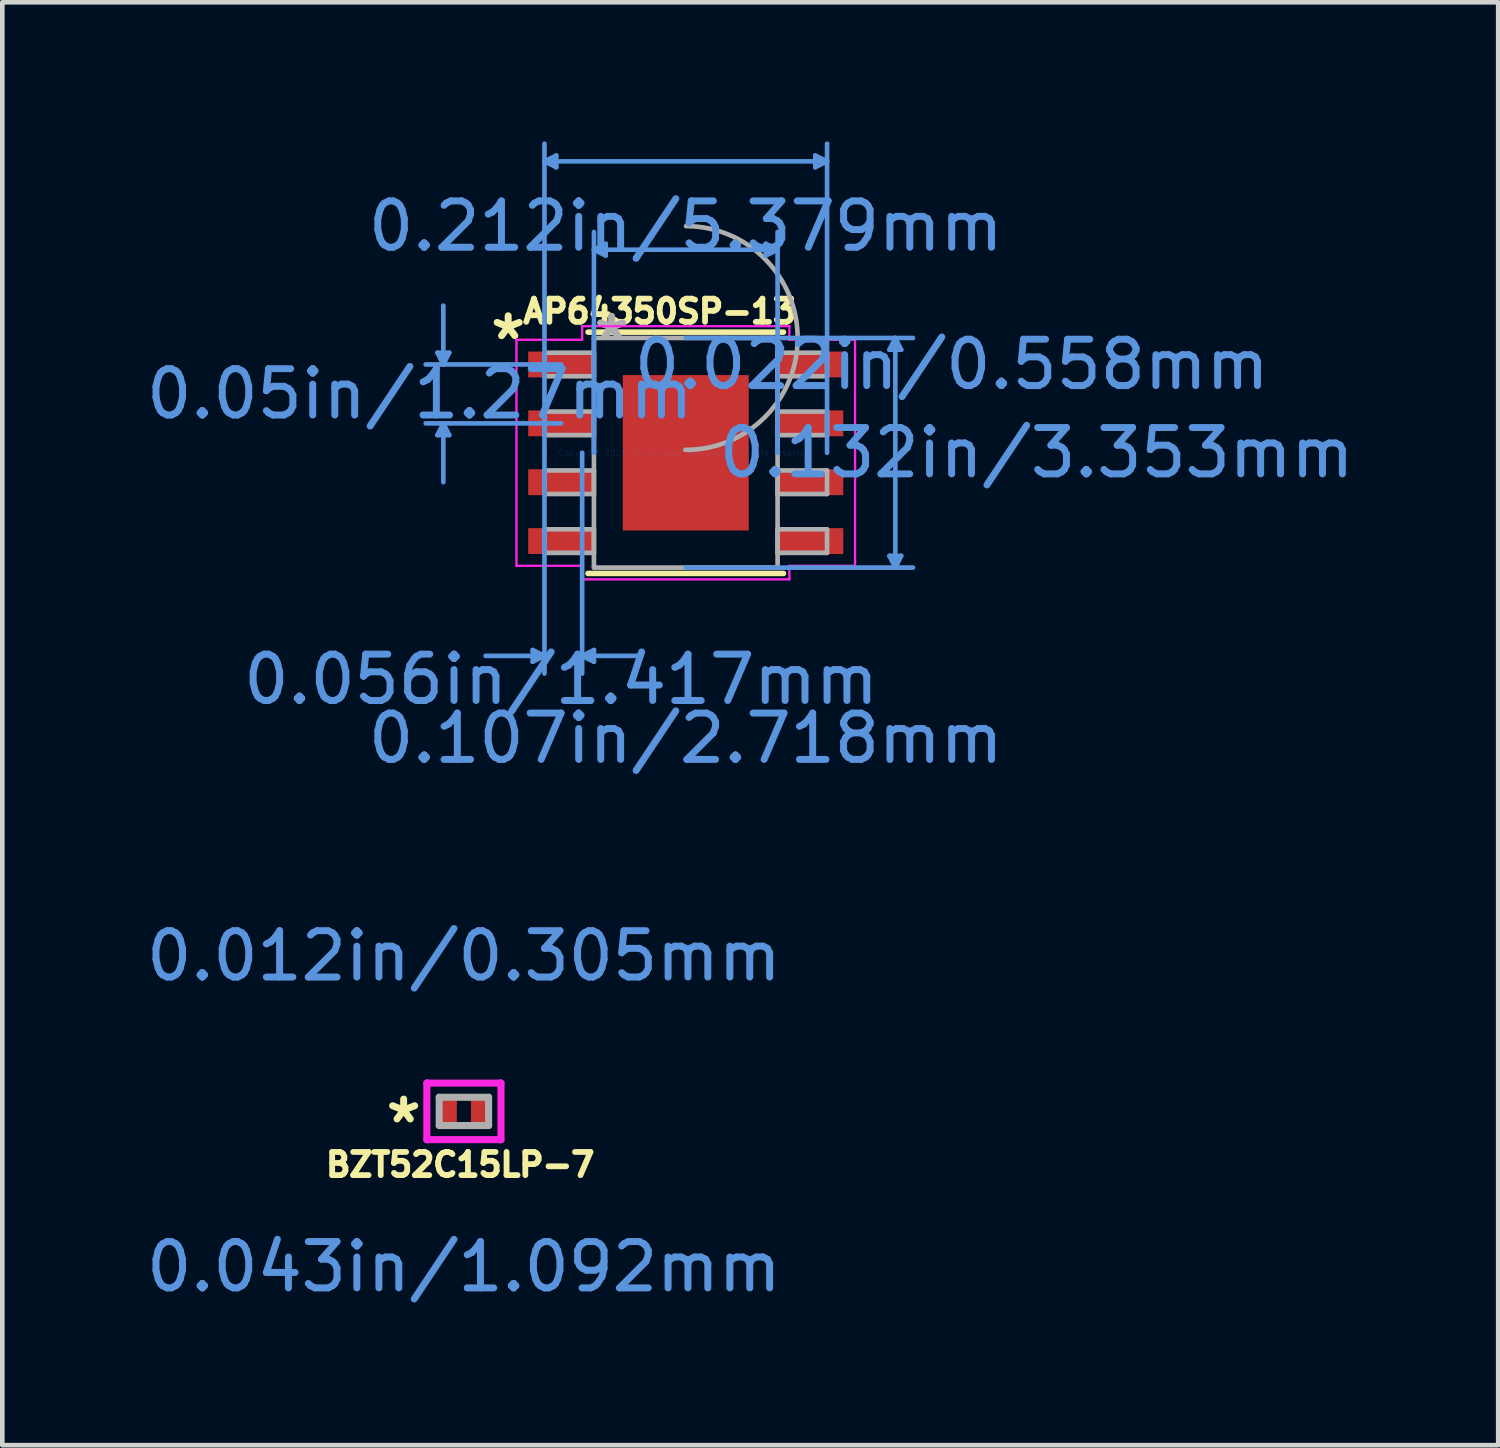
<source format=kicad_pcb>
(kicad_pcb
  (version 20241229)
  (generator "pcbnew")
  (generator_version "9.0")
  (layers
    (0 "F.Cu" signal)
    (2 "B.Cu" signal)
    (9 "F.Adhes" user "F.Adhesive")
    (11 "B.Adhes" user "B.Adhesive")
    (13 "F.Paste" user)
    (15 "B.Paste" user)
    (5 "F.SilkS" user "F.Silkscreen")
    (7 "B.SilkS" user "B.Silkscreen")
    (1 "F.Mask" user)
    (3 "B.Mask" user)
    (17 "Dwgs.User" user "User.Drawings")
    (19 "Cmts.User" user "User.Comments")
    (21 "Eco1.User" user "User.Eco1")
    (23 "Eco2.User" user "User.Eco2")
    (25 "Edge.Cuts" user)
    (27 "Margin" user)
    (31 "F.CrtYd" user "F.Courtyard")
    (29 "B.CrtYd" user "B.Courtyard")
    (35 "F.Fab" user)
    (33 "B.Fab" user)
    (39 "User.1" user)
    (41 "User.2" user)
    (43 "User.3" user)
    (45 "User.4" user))
  (footprint "BZT52C15LP-7"
    (layer "F.Cu")
    (at 6.958 20.926)
    (property "Reference" "BZT52C15LP-7" (at -0.08 1.15 180) (layer "F.SilkS") (effects (font (size 0.5 0.5) (thickness 0.125))))
    (attr smd)
    (fp_line (start -0.8 -0.61) (end -0.787 -0.61) (stroke (width 0.152) (type solid)) (layer "F.CrtYd"))
    (fp_line (start -0.8 0.61) (end -0.8 -0.61) (stroke (width 0.152) (type solid)) (layer "F.CrtYd"))
    (fp_line (start -0.787 -0.61) (end -0.787 -0.61) (stroke (width 0.152) (type solid)) (layer "F.CrtYd"))
    (fp_line (start -0.787 -0.61) (end 0.787 -0.61) (stroke (width 0.152) (type solid)) (layer "F.CrtYd"))
    (fp_line (start -0.787 0.61) (end -0.8 0.61) (stroke (width 0.152) (type solid)) (layer "F.CrtYd"))
    (fp_line (start -0.787 0.61) (end -0.787 0.61) (stroke (width 0.152) (type solid)) (layer "F.CrtYd"))
    (fp_line (start 0.787 -0.61) (end 0.787 -0.61) (stroke (width 0.152) (type solid)) (layer "F.CrtYd"))
    (fp_line (start 0.787 -0.61) (end 0.8 -0.61) (stroke (width 0.152) (type solid)) (layer "F.CrtYd"))
    (fp_line (start 0.787 0.61) (end -0.787 0.61) (stroke (width 0.152) (type solid)) (layer "F.CrtYd"))
    (fp_line (start 0.787 0.61) (end 0.787 0.61) (stroke (width 0.152) (type solid)) (layer "F.CrtYd"))
    (fp_line (start 0.8 -0.61) (end 0.8 0.61) (stroke (width 0.152) (type solid)) (layer "F.CrtYd"))
    (fp_line (start 0.8 0.61) (end 0.787 0.61) (stroke (width 0.152) (type solid)) (layer "F.CrtYd"))
    (fp_line (start -0.533 -0.305) (end -0.533 0.305) (stroke (width 0.152) (type solid)) (layer "F.Fab"))
    (fp_line (start -0.533 0.305) (end 0.533 0.305) (stroke (width 0.152) (type solid)) (layer "F.Fab"))
    (fp_line (start 0.533 -0.305) (end -0.533 -0.305) (stroke (width 0.152) (type solid)) (layer "F.Fab"))
    (fp_line (start 0.533 0.305) (end 0.533 -0.305) (stroke (width 0.152) (type solid)) (layer "F.Fab"))
    (fp_text user "*" (at -1.3 0.28 0) (unlocked yes) (layer "F.SilkS") (effects (font (size 1 1) (thickness 0.15))))
    (fp_text user "0.012in/0.305mm" (at 0 -3.353 180) (layer "Cmts.User") (effects (font (size 1 1) (thickness 0.15))))
    (fp_text user "0.043in/1.092mm" (at 0 3.353 180) (layer "Cmts.User") (effects (font (size 1 1) (thickness 0.15))))
    (pad "1" smd rect (at -0.349 0) (size 0.394 0.711) (layers "F.Cu" "F.Mask" "F.Paste"))
    (pad "2" smd rect (at 0.349 0) (size 0.394 0.711) (layers "F.Cu" "F.Mask" "F.Paste")))
  (footprint "AP64350SP-13"
    (layer "F.Cu")
    (at 11.744 6.718)
    (property "Reference" "AP64350SP-13" (at -0.561 -3.05 0) (layer "F.SilkS") (effects (font (size 0.5 0.5) (thickness 0.125))))
    (attr smd)
    (fp_line (start -2.108 2.603) (end 2.108 2.603) (stroke (width 0.12) (type solid)) (layer "F.SilkS"))
    (fp_line (start 2.108 -2.603) (end -2.108 -2.603) (stroke (width 0.12) (type solid)) (layer "F.SilkS"))
    (fp_poly (pts (xy -1.259 -1.576) (xy -1.259 -0.1) (xy -0.1 -0.1) (xy -0.1 -1.576)) (stroke (width 0.1) (type solid)) (fill yes) (layer "F.Paste"))
    (fp_poly (pts (xy -1.259 0.1) (xy -1.259 1.576) (xy -0.1 1.576) (xy -0.1 0.1)) (stroke (width 0.1) (type solid)) (fill yes) (layer "F.Paste"))
    (fp_poly (pts (xy 0.1 -1.576) (xy 0.1 -0.1) (xy 1.259 -0.1) (xy 1.259 -1.576)) (stroke (width 0.1) (type solid)) (fill yes) (layer "F.Paste"))
    (fp_poly (pts (xy 0.1 0.1) (xy 0.1 1.576) (xy 1.259 1.576) (xy 1.259 0.1)) (stroke (width 0.1) (type solid)) (fill yes) (layer "F.Paste"))
    (fp_line (start -5.357 -2.159) (end -5.103 -2.159) (stroke (width 0.1) (type solid)) (layer "Cmts.User"))
    (fp_line (start -5.357 -0.381) (end -5.103 -0.381) (stroke (width 0.1) (type solid)) (layer "Cmts.User"))
    (fp_line (start -5.23 -1.905) (end -5.357 -2.159) (stroke (width 0.1) (type solid)) (layer "Cmts.User"))
    (fp_line (start -5.23 -1.905) (end -5.23 -3.175) (stroke (width 0.1) (type solid)) (layer "Cmts.User"))
    (fp_line (start -5.23 -1.905) (end -5.103 -2.159) (stroke (width 0.1) (type solid)) (layer "Cmts.User"))
    (fp_line (start -5.23 -0.635) (end -5.357 -0.381) (stroke (width 0.1) (type solid)) (layer "Cmts.User"))
    (fp_line (start -5.23 -0.635) (end -5.23 0.635) (stroke (width 0.1) (type solid)) (layer "Cmts.User"))
    (fp_line (start -5.23 -0.635) (end -5.103 -0.381) (stroke (width 0.1) (type solid)) (layer "Cmts.User"))
    (fp_line (start -3.302 4.255) (end -3.302 4.508) (stroke (width 0.1) (type solid)) (layer "Cmts.User"))
    (fp_line (start -3.048 -6.287) (end -2.794 -6.413) (stroke (width 0.1) (type solid)) (layer "Cmts.User"))
    (fp_line (start -3.048 -6.287) (end -2.794 -6.16) (stroke (width 0.1) (type solid)) (layer "Cmts.User"))
    (fp_line (start -3.048 -6.287) (end 3.048 -6.287) (stroke (width 0.1) (type solid)) (layer "Cmts.User"))
    (fp_line (start -3.048 0) (end -3.048 -6.668) (stroke (width 0.1) (type solid)) (layer "Cmts.User"))
    (fp_line (start -3.048 0) (end -3.048 4.763) (stroke (width 0.1) (type solid)) (layer "Cmts.User"))
    (fp_line (start -3.048 4.381) (end -4.318 4.381) (stroke (width 0.1) (type solid)) (layer "Cmts.User"))
    (fp_line (start -3.048 4.381) (end -3.302 4.255) (stroke (width 0.1) (type solid)) (layer "Cmts.User"))
    (fp_line (start -3.048 4.381) (end -3.302 4.508) (stroke (width 0.1) (type solid)) (layer "Cmts.User"))
    (fp_line (start -2.794 -6.413) (end -2.794 -6.16) (stroke (width 0.1) (type solid)) (layer "Cmts.User"))
    (fp_line (start -2.69 -1.905) (end -5.611 -1.905) (stroke (width 0.1) (type solid)) (layer "Cmts.User"))
    (fp_line (start -2.69 -0.635) (end -5.611 -0.635) (stroke (width 0.1) (type solid)) (layer "Cmts.User"))
    (fp_line (start -2.235 0) (end -2.235 4.763) (stroke (width 0.1) (type solid)) (layer "Cmts.User"))
    (fp_line (start -2.235 4.381) (end -1.981 4.255) (stroke (width 0.1) (type solid)) (layer "Cmts.User"))
    (fp_line (start -2.235 4.381) (end -1.981 4.508) (stroke (width 0.1) (type solid)) (layer "Cmts.User"))
    (fp_line (start -2.235 4.381) (end -0.965 4.381) (stroke (width 0.1) (type solid)) (layer "Cmts.User"))
    (fp_line (start -1.981 -4.381) (end -1.727 -4.508) (stroke (width 0.1) (type solid)) (layer "Cmts.User"))
    (fp_line (start -1.981 -4.381) (end -1.727 -4.255) (stroke (width 0.1) (type solid)) (layer "Cmts.User"))
    (fp_line (start -1.981 -4.381) (end 1.981 -4.381) (stroke (width 0.1) (type solid)) (layer "Cmts.User"))
    (fp_line (start -1.981 0) (end -1.981 -4.763) (stroke (width 0.1) (type solid)) (layer "Cmts.User"))
    (fp_line (start -1.981 4.255) (end -1.981 4.508) (stroke (width 0.1) (type solid)) (layer "Cmts.User"))
    (fp_line (start -1.727 -4.508) (end -1.727 -4.255) (stroke (width 0.1) (type solid)) (layer "Cmts.User"))
    (fp_line (start 0 -2.477) (end 4.902 -2.477) (stroke (width 0.1) (type solid)) (layer "Cmts.User"))
    (fp_line (start 0 2.477) (end 4.902 2.477) (stroke (width 0.1) (type solid)) (layer "Cmts.User"))
    (fp_line (start 1.727 -4.508) (end 1.727 -4.255) (stroke (width 0.1) (type solid)) (layer "Cmts.User"))
    (fp_line (start 1.981 -4.381) (end 1.727 -4.508) (stroke (width 0.1) (type solid)) (layer "Cmts.User"))
    (fp_line (start 1.981 -4.381) (end 1.727 -4.255) (stroke (width 0.1) (type solid)) (layer "Cmts.User"))
    (fp_line (start 1.981 0) (end 1.981 -4.763) (stroke (width 0.1) (type solid)) (layer "Cmts.User"))
    (fp_line (start 2.794 -6.413) (end 2.794 -6.16) (stroke (width 0.1) (type solid)) (layer "Cmts.User"))
    (fp_line (start 3.048 -6.287) (end 2.794 -6.413) (stroke (width 0.1) (type solid)) (layer "Cmts.User"))
    (fp_line (start 3.048 -6.287) (end 2.794 -6.16) (stroke (width 0.1) (type solid)) (layer "Cmts.User"))
    (fp_line (start 3.048 0) (end 3.048 -6.668) (stroke (width 0.1) (type solid)) (layer "Cmts.User"))
    (fp_line (start 4.394 -2.223) (end 4.648 -2.223) (stroke (width 0.1) (type solid)) (layer "Cmts.User"))
    (fp_line (start 4.394 2.223) (end 4.648 2.223) (stroke (width 0.1) (type solid)) (layer "Cmts.User"))
    (fp_line (start 4.521 -2.477) (end 4.394 -2.223) (stroke (width 0.1) (type solid)) (layer "Cmts.User"))
    (fp_line (start 4.521 -2.477) (end 4.521 2.477) (stroke (width 0.1) (type solid)) (layer "Cmts.User"))
    (fp_line (start 4.521 -2.477) (end 4.648 -2.223) (stroke (width 0.1) (type solid)) (layer "Cmts.User"))
    (fp_line (start 4.521 2.477) (end 4.394 2.223) (stroke (width 0.1) (type solid)) (layer "Cmts.User"))
    (fp_line (start 4.521 2.477) (end 4.648 2.223) (stroke (width 0.1) (type solid)) (layer "Cmts.User"))
    (fp_line (start -3.652 -2.438) (end -2.235 -2.438) (stroke (width 0.05) (type solid)) (layer "F.CrtYd"))
    (fp_line (start -3.652 2.438) (end -3.652 -2.438) (stroke (width 0.05) (type solid)) (layer "F.CrtYd"))
    (fp_line (start -3.652 2.438) (end -2.235 2.438) (stroke (width 0.05) (type solid)) (layer "F.CrtYd"))
    (fp_line (start -2.235 -2.731) (end 2.235 -2.731) (stroke (width 0.05) (type solid)) (layer "F.CrtYd"))
    (fp_line (start -2.235 -2.438) (end -2.235 -2.731) (stroke (width 0.05) (type solid)) (layer "F.CrtYd"))
    (fp_line (start -2.235 2.731) (end -2.235 2.438) (stroke (width 0.05) (type solid)) (layer "F.CrtYd"))
    (fp_line (start 2.235 -2.731) (end 2.235 -2.438) (stroke (width 0.05) (type solid)) (layer "F.CrtYd"))
    (fp_line (start 2.235 -2.438) (end 3.652 -2.438) (stroke (width 0.05) (type solid)) (layer "F.CrtYd"))
    (fp_line (start 2.235 2.438) (end 2.235 2.731) (stroke (width 0.05) (type solid)) (layer "F.CrtYd"))
    (fp_line (start 2.235 2.731) (end -2.235 2.731) (stroke (width 0.05) (type solid)) (layer "F.CrtYd"))
    (fp_line (start 3.652 -2.438) (end 3.652 2.438) (stroke (width 0.05) (type solid)) (layer "F.CrtYd"))
    (fp_line (start 3.652 2.438) (end 2.235 2.438) (stroke (width 0.05) (type solid)) (layer "F.CrtYd"))
    (fp_line (start -3.048 -2.159) (end -3.048 -1.651) (stroke (width 0.1) (type solid)) (layer "F.Fab"))
    (fp_line (start -3.048 -1.651) (end -1.981 -1.651) (stroke (width 0.1) (type solid)) (layer "F.Fab"))
    (fp_line (start -3.048 -0.889) (end -3.048 -0.381) (stroke (width 0.1) (type solid)) (layer "F.Fab"))
    (fp_line (start -3.048 -0.381) (end -1.981 -0.381) (stroke (width 0.1) (type solid)) (layer "F.Fab"))
    (fp_line (start -3.048 0.381) (end -3.048 0.889) (stroke (width 0.1) (type solid)) (layer "F.Fab"))
    (fp_line (start -3.048 0.889) (end -1.981 0.889) (stroke (width 0.1) (type solid)) (layer "F.Fab"))
    (fp_line (start -3.048 1.651) (end -3.048 2.159) (stroke (width 0.1) (type solid)) (layer "F.Fab"))
    (fp_line (start -3.048 2.159) (end -1.981 2.159) (stroke (width 0.1) (type solid)) (layer "F.Fab"))
    (fp_line (start -1.981 -2.477) (end -1.981 2.477) (stroke (width 0.1) (type solid)) (layer "F.Fab"))
    (fp_line (start -1.981 -2.159) (end -3.048 -2.159) (stroke (width 0.1) (type solid)) (layer "F.Fab"))
    (fp_line (start -1.981 -1.651) (end -1.981 -2.159) (stroke (width 0.1) (type solid)) (layer "F.Fab"))
    (fp_line (start -1.981 -0.889) (end -3.048 -0.889) (stroke (width 0.1) (type solid)) (layer "F.Fab"))
    (fp_line (start -1.981 -0.381) (end -1.981 -0.889) (stroke (width 0.1) (type solid)) (layer "F.Fab"))
    (fp_line (start -1.981 0.381) (end -3.048 0.381) (stroke (width 0.1) (type solid)) (layer "F.Fab"))
    (fp_line (start -1.981 0.889) (end -1.981 0.381) (stroke (width 0.1) (type solid)) (layer "F.Fab"))
    (fp_line (start -1.981 1.651) (end -3.048 1.651) (stroke (width 0.1) (type solid)) (layer "F.Fab"))
    (fp_line (start -1.981 2.159) (end -1.981 1.651) (stroke (width 0.1) (type solid)) (layer "F.Fab"))
    (fp_line (start -1.981 2.477) (end 1.981 2.477) (stroke (width 0.1) (type solid)) (layer "F.Fab"))
    (fp_line (start 1.981 -2.477) (end -1.981 -2.477) (stroke (width 0.1) (type solid)) (layer "F.Fab"))
    (fp_line (start 1.981 -2.159) (end 1.981 -1.651) (stroke (width 0.1) (type solid)) (layer "F.Fab"))
    (fp_line (start 1.981 -1.651) (end 3.048 -1.651) (stroke (width 0.1) (type solid)) (layer "F.Fab"))
    (fp_line (start 1.981 -0.889) (end 1.981 -0.381) (stroke (width 0.1) (type solid)) (layer "F.Fab"))
    (fp_line (start 1.981 -0.381) (end 3.048 -0.381) (stroke (width 0.1) (type solid)) (layer "F.Fab"))
    (fp_line (start 1.981 0.381) (end 1.981 0.889) (stroke (width 0.1) (type solid)) (layer "F.Fab"))
    (fp_line (start 1.981 0.889) (end 3.048 0.889) (stroke (width 0.1) (type solid)) (layer "F.Fab"))
    (fp_line (start 1.981 1.651) (end 1.981 2.159) (stroke (width 0.1) (type solid)) (layer "F.Fab"))
    (fp_line (start 1.981 2.159) (end 3.048 2.159) (stroke (width 0.1) (type solid)) (layer "F.Fab"))
    (fp_line (start 1.981 2.477) (end 1.981 -2.477) (stroke (width 0.1) (type solid)) (layer "F.Fab"))
    (fp_line (start 3.048 -2.159) (end 1.981 -2.159) (stroke (width 0.1) (type solid)) (layer "F.Fab"))
    (fp_line (start 3.048 -1.651) (end 3.048 -2.159) (stroke (width 0.1) (type solid)) (layer "F.Fab"))
    (fp_line (start 3.048 -0.889) (end 1.981 -0.889) (stroke (width 0.1) (type solid)) (layer "F.Fab"))
    (fp_line (start 3.048 -0.381) (end 3.048 -0.889) (stroke (width 0.1) (type solid)) (layer "F.Fab"))
    (fp_line (start 3.048 0.381) (end 1.981 0.381) (stroke (width 0.1) (type solid)) (layer "F.Fab"))
    (fp_line (start 3.048 0.889) (end 3.048 0.381) (stroke (width 0.1) (type solid)) (layer "F.Fab"))
    (fp_line (start 3.048 1.651) (end 1.981 1.651) (stroke (width 0.1) (type solid)) (layer "F.Fab"))
    (fp_line (start 3.048 2.159) (end 3.048 1.651) (stroke (width 0.1) (type solid)) (layer "F.Fab"))
    (fp_arc (start 0.007742 -4.890097) (mid 2.413597 -2.468758) (end -0.007742 -0.062903) (stroke (width 0.1) (type solid)) (layer "F.Fab"))
    (fp_text user "*" (at -3.831 -2.41 0) (layer "F.SilkS") (effects (font (size 1 1) (thickness 0.15))))
    (fp_text user "0.05in/1.27mm" (at -5.738 -1.27 0) (layer "Cmts.User") (effects (font (size 1 1) (thickness 0.15))))
    (fp_text user "0.132in/3.353mm" (at 7.569 0 0) (layer "Cmts.User") (effects (font (size 1 1) (thickness 0.15))))
    (fp_text user "Copyright 2021 Accelerated Designs. All rights reserved." (at 0 0 0) (layer "Cmts.User") (effects (font (size 0.127 0.127) (thickness 0.002))))
    (fp_text user "0.212in/5.379mm" (at 0 -4.889 0) (layer "Cmts.User") (effects (font (size 1 1) (thickness 0.15))))
    (fp_text user "0.056in/1.417mm" (at -2.69 4.889 0) (layer "Cmts.User") (effects (font (size 1 1) (thickness 0.15))))
    (fp_text user "0.022in/0.558mm" (at 5.738 -1.905 0) (layer "Cmts.User") (effects (font (size 1 1) (thickness 0.15))))
    (fp_text user "0.107in/2.718mm" (at 0 6.16 0) (layer "Cmts.User") (effects (font (size 1 1) (thickness 0.15))))
    (fp_text user "*" (at -1.6 -2.4 0) (layer "F.Fab") (effects (font (size 1 1) (thickness 0.15))))
    (pad "1" smd rect (at -2.69 -1.905) (size 1.417 0.558) (layers "F.Cu" "F.Mask" "F.Paste"))
    (pad "2" smd rect (at -2.69 -0.635) (size 1.417 0.558) (layers "F.Cu" "F.Mask" "F.Paste"))
    (pad "3" smd rect (at -2.69 0.635) (size 1.417 0.558) (layers "F.Cu" "F.Mask" "F.Paste"))
    (pad "4" smd rect (at -2.69 1.905) (size 1.417 0.558) (layers "F.Cu" "F.Mask" "F.Paste"))
    (pad "5" smd rect (at 2.69 1.905) (size 1.417 0.558) (layers "F.Cu" "F.Mask" "F.Paste"))
    (pad "6" smd rect (at 2.69 0.635) (size 1.417 0.558) (layers "F.Cu" "F.Mask" "F.Paste"))
    (pad "7" smd rect (at 2.69 -0.635) (size 1.417 0.558) (layers "F.Cu" "F.Mask" "F.Paste"))
    (pad "8" smd rect (at 2.69 -1.905) (size 1.417 0.558) (layers "F.Cu" "F.Mask" "F.Paste"))
    (pad "EPAD" smd rect (at 0 0) (size 2.718 3.353) (layers "F.Cu" "F.Mask")))
  (gr_rect
    (start -3 -3)
    (end 29.271 28.127)
    (stroke (width 0.1) (type default))
    (fill no)
    (layer "Edge.Cuts")))
</source>
